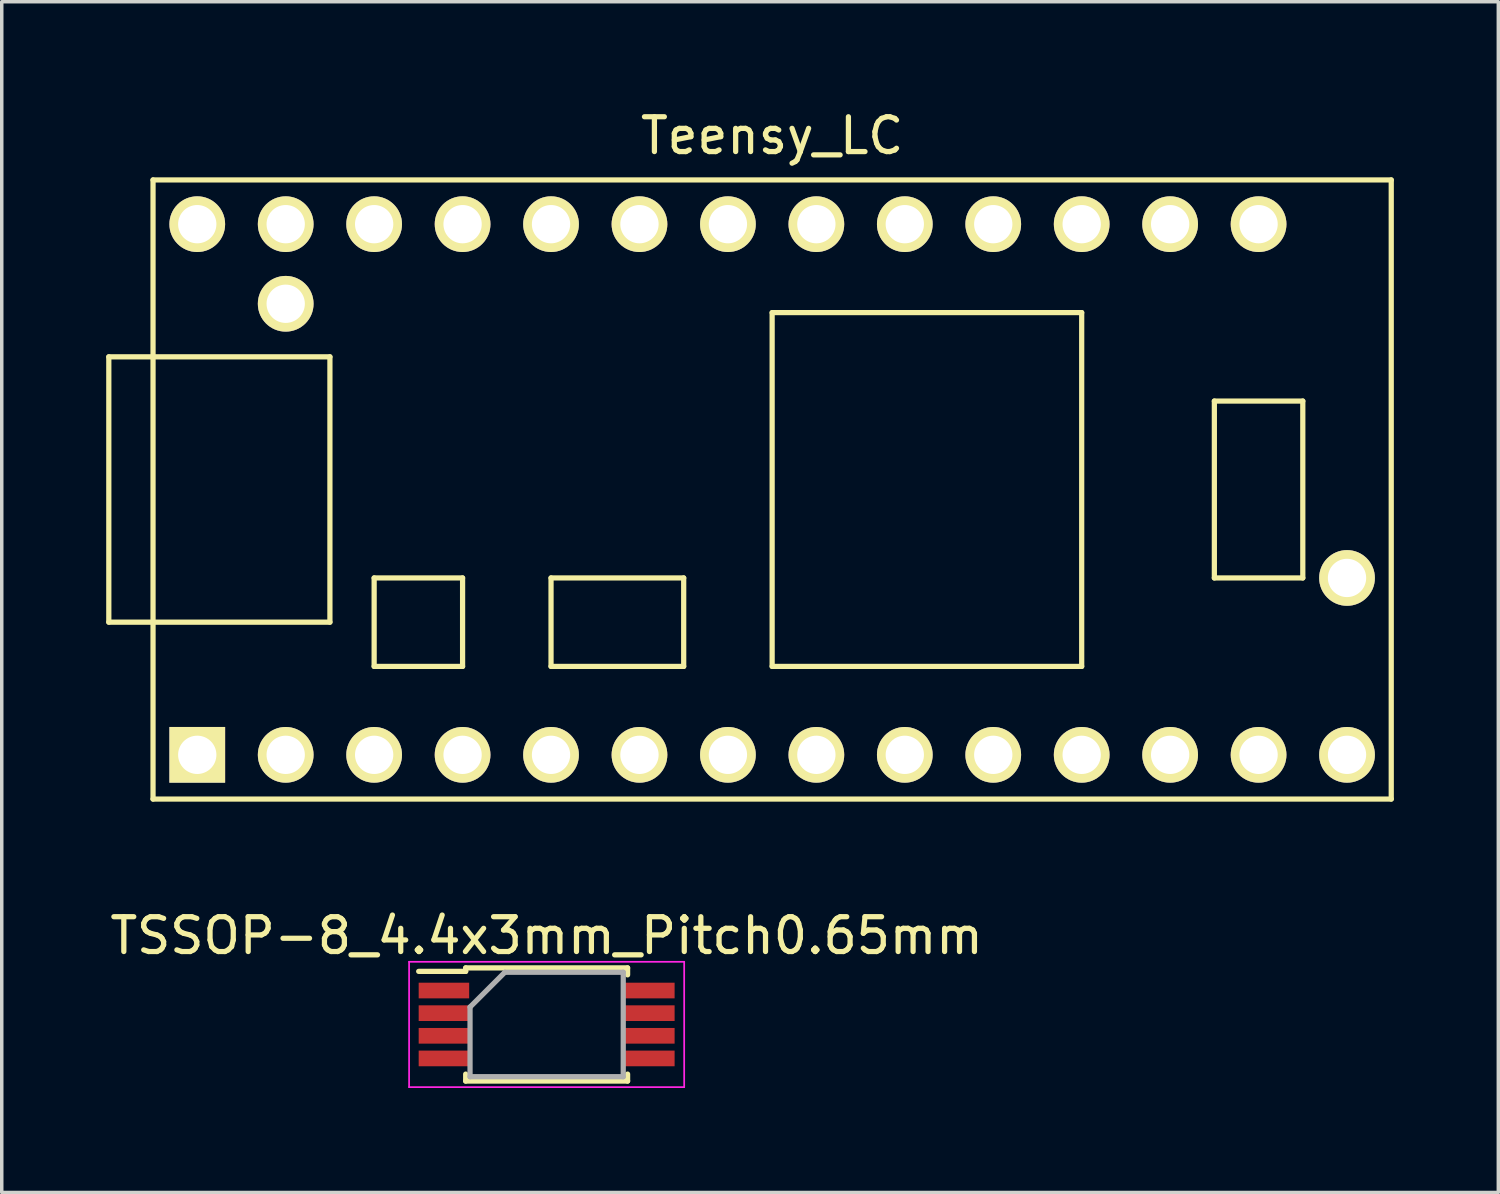
<source format=kicad_pcb>
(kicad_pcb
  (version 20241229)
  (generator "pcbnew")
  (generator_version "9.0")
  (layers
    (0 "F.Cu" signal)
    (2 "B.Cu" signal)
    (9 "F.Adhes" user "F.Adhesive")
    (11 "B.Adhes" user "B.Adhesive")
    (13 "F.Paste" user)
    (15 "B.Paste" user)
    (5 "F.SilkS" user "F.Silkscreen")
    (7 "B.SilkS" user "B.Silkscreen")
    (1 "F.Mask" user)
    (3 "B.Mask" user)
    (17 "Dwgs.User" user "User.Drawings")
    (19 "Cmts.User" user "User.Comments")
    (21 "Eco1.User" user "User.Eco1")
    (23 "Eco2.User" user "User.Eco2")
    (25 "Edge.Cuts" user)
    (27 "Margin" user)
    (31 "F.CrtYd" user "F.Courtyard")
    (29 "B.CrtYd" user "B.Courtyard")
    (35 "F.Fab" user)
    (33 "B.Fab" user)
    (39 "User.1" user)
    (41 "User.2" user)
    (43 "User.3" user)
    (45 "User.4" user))
  (footprint "TSSOP-8_4.4x3mm_Pitch0.65mm"
    (layer "F.Cu")
    (at 12.649 26.372)
    (property "Reference" "TSSOP-8_4.4x3mm_Pitch0.65mm" (at 0 -2.55 0) (layer "F.SilkS") (effects (font (size 1 1) (thickness 0.15))))
    (attr smd)
    (fp_line (start -2.325 -1.625) (end -2.325 -1.525) (stroke (width 0.15) (type solid)) (layer "F.SilkS"))
    (fp_line (start -2.325 -1.625) (end 2.325 -1.625) (stroke (width 0.15) (type solid)) (layer "F.SilkS"))
    (fp_line (start -2.325 -1.525) (end -3.675 -1.525) (stroke (width 0.15) (type solid)) (layer "F.SilkS"))
    (fp_line (start -2.325 1.625) (end -2.325 1.425) (stroke (width 0.15) (type solid)) (layer "F.SilkS"))
    (fp_line (start -2.325 1.625) (end 2.325 1.625) (stroke (width 0.15) (type solid)) (layer "F.SilkS"))
    (fp_line (start 2.325 -1.625) (end 2.325 -1.425) (stroke (width 0.15) (type solid)) (layer "F.SilkS"))
    (fp_line (start 2.325 1.625) (end 2.325 1.425) (stroke (width 0.15) (type solid)) (layer "F.SilkS"))
    (fp_line (start -3.95 -1.8) (end -3.95 1.8) (stroke (width 0.05) (type solid)) (layer "F.CrtYd"))
    (fp_line (start -3.95 -1.8) (end 3.95 -1.8) (stroke (width 0.05) (type solid)) (layer "F.CrtYd"))
    (fp_line (start -3.95 1.8) (end 3.95 1.8) (stroke (width 0.05) (type solid)) (layer "F.CrtYd"))
    (fp_line (start 3.95 -1.8) (end 3.95 1.8) (stroke (width 0.05) (type solid)) (layer "F.CrtYd"))
    (fp_line (start -2.2 -0.5) (end -1.2 -1.5) (stroke (width 0.15) (type solid)) (layer "F.Fab"))
    (fp_line (start -2.2 1.5) (end -2.2 -0.5) (stroke (width 0.15) (type solid)) (layer "F.Fab"))
    (fp_line (start -1.2 -1.5) (end 2.2 -1.5) (stroke (width 0.15) (type solid)) (layer "F.Fab"))
    (fp_line (start 2.2 -1.5) (end 2.2 1.5) (stroke (width 0.15) (type solid)) (layer "F.Fab"))
    (fp_line (start 2.2 1.5) (end -2.2 1.5) (stroke (width 0.15) (type solid)) (layer "F.Fab"))
    (pad "1" smd rect (at -2.95 -0.975) (size 1.45 0.45) (layers "F.Cu" "F.Mask" "F.Paste"))
    (pad "1" smd rect (at 2.95 -0.975) (size 1.45 0.45) (layers "F.Cu" "F.Mask" "F.Paste"))
    (pad "1" smd rect (at 2.95 0.975) (size 1.45 0.45) (layers "F.Cu" "F.Mask" "F.Paste"))
    (pad "2" smd rect (at -2.95 -0.325) (size 1.45 0.45) (layers "F.Cu" "F.Mask" "F.Paste"))
    (pad "2" smd rect (at -2.95 0.325) (size 1.45 0.45) (layers "F.Cu" "F.Mask" "F.Paste"))
    (pad "2" smd rect (at 2.95 -0.325) (size 1.45 0.45) (layers "F.Cu" "F.Mask" "F.Paste"))
    (pad "2" smd rect (at 2.95 0.325) (size 1.45 0.45) (layers "F.Cu" "F.Mask" "F.Paste"))
    (pad "4" smd rect (at -2.95 0.975) (size 1.45 0.45) (layers "F.Cu" "F.Mask" "F.Paste")))
  (footprint "Teensy_LC"
    (layer "F.Cu")
    (at 19.125 11.008)
    (property "Reference" "Teensy_LC" (at 0 -10.16 0) (layer "F.SilkS") (effects (font (size 1 1) (thickness 0.15))))
    (attr through_hole)
    (fp_line (start -19.05 -3.81) (end -17.78 -3.81) (stroke (width 0.15) (type solid)) (layer "F.SilkS"))
    (fp_line (start -19.05 3.81) (end -19.05 -3.81) (stroke (width 0.15) (type solid)) (layer "F.SilkS"))
    (fp_line (start -17.78 -8.89) (end 17.78 -8.89) (stroke (width 0.15) (type solid)) (layer "F.SilkS"))
    (fp_line (start -17.78 3.81) (end -19.05 3.81) (stroke (width 0.15) (type solid)) (layer "F.SilkS"))
    (fp_line (start -17.78 8.89) (end -17.78 -8.89) (stroke (width 0.15) (type solid)) (layer "F.SilkS"))
    (fp_line (start -12.7 -3.81) (end -17.78 -3.81) (stroke (width 0.15) (type solid)) (layer "F.SilkS"))
    (fp_line (start -12.7 3.81) (end -17.78 3.81) (stroke (width 0.15) (type solid)) (layer "F.SilkS"))
    (fp_line (start -12.7 3.81) (end -12.7 -3.81) (stroke (width 0.15) (type solid)) (layer "F.SilkS"))
    (fp_line (start -11.43 2.54) (end -11.43 5.08) (stroke (width 0.15) (type solid)) (layer "F.SilkS"))
    (fp_line (start -11.43 5.08) (end -8.89 5.08) (stroke (width 0.15) (type solid)) (layer "F.SilkS"))
    (fp_line (start -8.89 2.54) (end -11.43 2.54) (stroke (width 0.15) (type solid)) (layer "F.SilkS"))
    (fp_line (start -8.89 5.08) (end -8.89 2.54) (stroke (width 0.15) (type solid)) (layer "F.SilkS"))
    (fp_line (start -6.35 2.54) (end -6.35 5.08) (stroke (width 0.15) (type solid)) (layer "F.SilkS"))
    (fp_line (start -6.35 5.08) (end -2.54 5.08) (stroke (width 0.15) (type solid)) (layer "F.SilkS"))
    (fp_line (start -2.54 2.54) (end -6.35 2.54) (stroke (width 0.15) (type solid)) (layer "F.SilkS"))
    (fp_line (start -2.54 5.08) (end -2.54 2.54) (stroke (width 0.15) (type solid)) (layer "F.SilkS"))
    (fp_line (start 0 -5.08) (end 0 5.08) (stroke (width 0.15) (type solid)) (layer "F.SilkS"))
    (fp_line (start 8.89 -5.08) (end 0 -5.08) (stroke (width 0.15) (type solid)) (layer "F.SilkS"))
    (fp_line (start 8.89 5.08) (end 0 5.08) (stroke (width 0.15) (type solid)) (layer "F.SilkS"))
    (fp_line (start 8.89 5.08) (end 8.89 -5.08) (stroke (width 0.15) (type solid)) (layer "F.SilkS"))
    (fp_line (start 12.7 -2.54) (end 15.24 -2.54) (stroke (width 0.15) (type solid)) (layer "F.SilkS"))
    (fp_line (start 12.7 2.54) (end 12.7 -2.54) (stroke (width 0.15) (type solid)) (layer "F.SilkS"))
    (fp_line (start 15.24 -2.54) (end 15.24 2.54) (stroke (width 0.15) (type solid)) (layer "F.SilkS"))
    (fp_line (start 15.24 2.54) (end 12.7 2.54) (stroke (width 0.15) (type solid)) (layer "F.SilkS"))
    (fp_line (start 17.78 -8.89) (end 17.78 8.89) (stroke (width 0.15) (type solid)) (layer "F.SilkS"))
    (fp_line (start 17.78 8.89) (end -17.78 8.89) (stroke (width 0.15) (type solid)) (layer "F.SilkS"))
    (pad "1" thru_hole rect (at -16.51 7.62) (size 1.6 1.6) (drill 1.1) (layers "*.Cu" "*.Mask" "F.SilkS"))
    (pad "2" thru_hole circle (at -13.97 7.62) (size 1.6 1.6) (drill 1.1) (layers "*.Cu" "*.Mask" "F.SilkS"))
    (pad "3" thru_hole circle (at -11.43 7.62) (size 1.6 1.6) (drill 1.1) (layers "*.Cu" "*.Mask" "F.SilkS"))
    (pad "4" thru_hole circle (at -8.89 7.62) (size 1.6 1.6) (drill 1.1) (layers "*.Cu" "*.Mask" "F.SilkS"))
    (pad "5" thru_hole circle (at -6.35 7.62) (size 1.6 1.6) (drill 1.1) (layers "*.Cu" "*.Mask" "F.SilkS"))
    (pad "6" thru_hole circle (at -3.81 7.62) (size 1.6 1.6) (drill 1.1) (layers "*.Cu" "*.Mask" "F.SilkS"))
    (pad "7" thru_hole circle (at -1.27 7.62) (size 1.6 1.6) (drill 1.1) (layers "*.Cu" "*.Mask" "F.SilkS"))
    (pad "8" thru_hole circle (at 1.27 7.62) (size 1.6 1.6) (drill 1.1) (layers "*.Cu" "*.Mask" "F.SilkS"))
    (pad "9" thru_hole circle (at 3.81 7.62) (size 1.6 1.6) (drill 1.1) (layers "*.Cu" "*.Mask" "F.SilkS"))
    (pad "10" thru_hole circle (at 6.35 7.62) (size 1.6 1.6) (drill 1.1) (layers "*.Cu" "*.Mask" "F.SilkS"))
    (pad "11" thru_hole circle (at 8.89 7.62) (size 1.6 1.6) (drill 1.1) (layers "*.Cu" "*.Mask" "F.SilkS"))
    (pad "12" thru_hole circle (at 11.43 7.62) (size 1.6 1.6) (drill 1.1) (layers "*.Cu" "*.Mask" "F.SilkS"))
    (pad "13" thru_hole circle (at 13.97 7.62) (size 1.6 1.6) (drill 1.1) (layers "*.Cu" "*.Mask" "F.SilkS"))
    (pad "14" thru_hole circle (at 16.51 7.62) (size 1.6 1.6) (drill 1.1) (layers "*.Cu" "*.Mask" "F.SilkS"))
    (pad "16" thru_hole circle (at 16.51 2.54) (size 1.6 1.6) (drill 1.1) (layers "*.Cu" "*.Mask" "F.SilkS"))
    (pad "21" thru_hole circle (at 13.97 -7.62) (size 1.6 1.6) (drill 1.1) (layers "*.Cu" "*.Mask" "F.SilkS"))
    (pad "22" thru_hole circle (at 11.43 -7.62) (size 1.6 1.6) (drill 1.1) (layers "*.Cu" "*.Mask" "F.SilkS"))
    (pad "23" thru_hole circle (at 8.89 -7.62) (size 1.6 1.6) (drill 1.1) (layers "*.Cu" "*.Mask" "F.SilkS"))
    (pad "24" thru_hole circle (at 6.35 -7.62) (size 1.6 1.6) (drill 1.1) (layers "*.Cu" "*.Mask" "F.SilkS"))
    (pad "25" thru_hole circle (at 3.81 -7.62) (size 1.6 1.6) (drill 1.1) (layers "*.Cu" "*.Mask" "F.SilkS"))
    (pad "26" thru_hole circle (at 1.27 -7.62) (size 1.6 1.6) (drill 1.1) (layers "*.Cu" "*.Mask" "F.SilkS"))
    (pad "27" thru_hole circle (at -1.27 -7.62) (size 1.6 1.6) (drill 1.1) (layers "*.Cu" "*.Mask" "F.SilkS"))
    (pad "28" thru_hole circle (at -3.81 -7.62) (size 1.6 1.6) (drill 1.1) (layers "*.Cu" "*.Mask" "F.SilkS"))
    (pad "29" thru_hole circle (at -6.35 -7.62) (size 1.6 1.6) (drill 1.1) (layers "*.Cu" "*.Mask" "F.SilkS"))
    (pad "30" thru_hole circle (at -8.89 -7.62) (size 1.6 1.6) (drill 1.1) (layers "*.Cu" "*.Mask" "F.SilkS"))
    (pad "31" thru_hole circle (at -11.43 -7.62) (size 1.6 1.6) (drill 1.1) (layers "*.Cu" "*.Mask" "F.SilkS"))
    (pad "32" thru_hole circle (at -13.97 -7.62) (size 1.6 1.6) (drill 1.1) (layers "*.Cu" "*.Mask" "F.SilkS"))
    (pad "33" thru_hole circle (at -16.51 -7.62) (size 1.6 1.6) (drill 1.1) (layers "*.Cu" "*.Mask" "F.SilkS"))
    (pad "34" thru_hole circle (at -13.97 -5.334) (size 1.6 1.6) (drill 1.1) (layers "*.Cu" "*.Mask" "F.SilkS")))
  (gr_rect
    (start -3 -3)
    (end 39.98 31.197)
    (stroke (width 0.1) (type default))
    (fill no)
    (layer "Edge.Cuts")))
</source>
